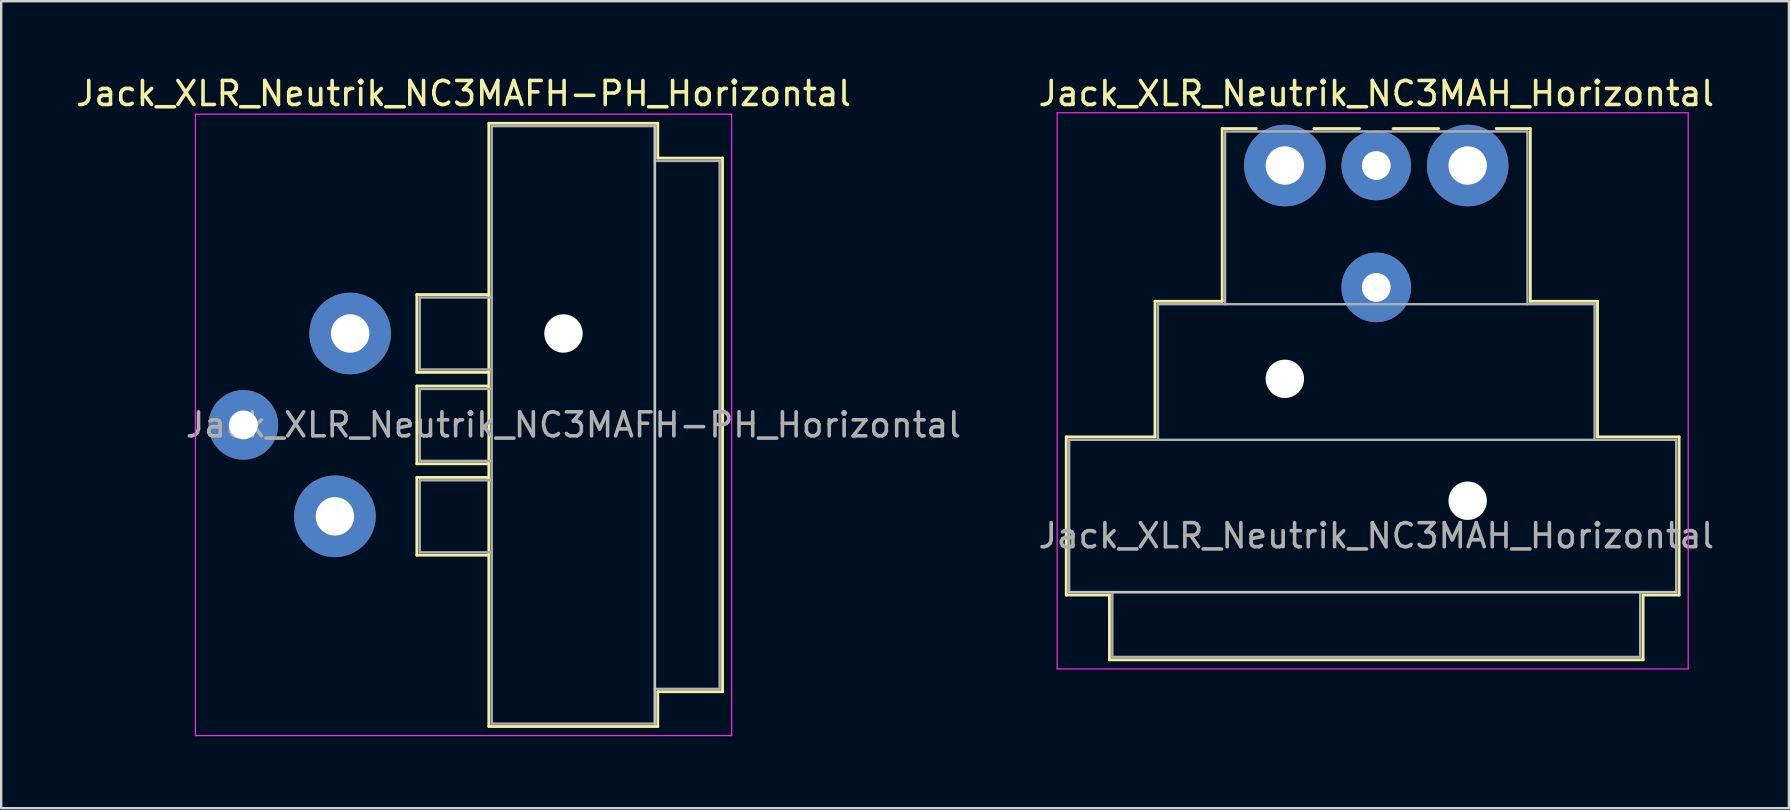
<source format=kicad_pcb>
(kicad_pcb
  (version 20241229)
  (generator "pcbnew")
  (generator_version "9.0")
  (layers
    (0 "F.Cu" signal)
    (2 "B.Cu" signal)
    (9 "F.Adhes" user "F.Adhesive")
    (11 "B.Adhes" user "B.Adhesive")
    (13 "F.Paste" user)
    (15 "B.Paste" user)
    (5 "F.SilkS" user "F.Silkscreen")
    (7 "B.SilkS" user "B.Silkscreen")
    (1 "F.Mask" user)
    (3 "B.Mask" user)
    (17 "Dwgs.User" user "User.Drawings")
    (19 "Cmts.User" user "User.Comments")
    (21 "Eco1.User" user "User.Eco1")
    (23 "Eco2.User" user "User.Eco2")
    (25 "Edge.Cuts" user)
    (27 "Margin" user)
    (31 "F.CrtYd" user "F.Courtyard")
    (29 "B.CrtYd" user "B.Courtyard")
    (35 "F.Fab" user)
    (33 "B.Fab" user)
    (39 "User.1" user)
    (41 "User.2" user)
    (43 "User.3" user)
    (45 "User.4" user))
  (footprint "Jack_XLR_Neutrik_NC3MAFH-PH_Horizontal"
    (layer "F.Cu")
    (at 11.543 10.848)
    (property "Reference" "Jack_XLR_Neutrik_NC3MAFH-PH_Horizontal" (at 4.725 -10 0) (layer "F.SilkS") (effects (font (size 1 1) (thickness 0.15))))
    (attr through_hole)
    (fp_line (start 2.78 -1.62) (end 2.78 1.62) (stroke (width 0.12) (type solid)) (layer "F.SilkS"))
    (fp_line (start 2.78 2.19) (end 2.78 5.43) (stroke (width 0.12) (type solid)) (layer "F.SilkS"))
    (fp_line (start 2.78 6) (end 2.78 9.24) (stroke (width 0.12) (type solid)) (layer "F.SilkS"))
    (fp_line (start 5.78 -1.62) (end 2.78 -1.62) (stroke (width 0.12) (type solid)) (layer "F.SilkS"))
    (fp_line (start 5.78 1.62) (end 2.78 1.62) (stroke (width 0.12) (type solid)) (layer "F.SilkS"))
    (fp_line (start 5.78 2.19) (end 2.78 2.19) (stroke (width 0.12) (type solid)) (layer "F.SilkS"))
    (fp_line (start 5.78 5.43) (end 2.78 5.43) (stroke (width 0.12) (type solid)) (layer "F.SilkS"))
    (fp_line (start 5.78 6) (end 2.78 6) (stroke (width 0.12) (type solid)) (layer "F.SilkS"))
    (fp_line (start 5.78 9.24) (end 2.78 9.24) (stroke (width 0.12) (type solid)) (layer "F.SilkS"))
    (fp_line (start 5.78 16.38) (end 5.78 -8.76) (stroke (width 0.12) (type solid)) (layer "F.SilkS"))
    (fp_line (start 12.82 -8.76) (end 5.78 -8.76) (stroke (width 0.12) (type solid)) (layer "F.SilkS"))
    (fp_line (start 12.82 -8.76) (end 12.82 -7.31) (stroke (width 0.12) (type solid)) (layer "F.SilkS"))
    (fp_line (start 12.82 -7.31) (end 15.52 -7.31) (stroke (width 0.12) (type solid)) (layer "F.SilkS"))
    (fp_line (start 12.82 14.93) (end 12.82 16.38) (stroke (width 0.12) (type solid)) (layer "F.SilkS"))
    (fp_line (start 12.82 14.93) (end 15.52 14.93) (stroke (width 0.12) (type solid)) (layer "F.SilkS"))
    (fp_line (start 12.82 16.38) (end 5.78 16.38) (stroke (width 0.12) (type solid)) (layer "F.SilkS"))
    (fp_line (start 15.52 -7.31) (end 15.52 14.93) (stroke (width 0.12) (type solid)) (layer "F.SilkS"))
    (fp_line (start 12.7 -8.64) (end 12.7 16.26) (stroke (width 0.1) (type solid)) (layer "Dwgs.User"))
    (fp_line (start -6.45 -9.14) (end -6.45 16.76) (stroke (width 0.05) (type solid)) (layer "F.CrtYd"))
    (fp_line (start 15.9 -9.14) (end -6.45 -9.14) (stroke (width 0.05) (type solid)) (layer "F.CrtYd"))
    (fp_line (start 15.9 -9.14) (end 15.9 16.76) (stroke (width 0.05) (type solid)) (layer "F.CrtYd"))
    (fp_line (start 15.9 16.76) (end -6.45 16.76) (stroke (width 0.05) (type solid)) (layer "F.CrtYd"))
    (fp_line (start 2.9 -1.5) (end 2.9 1.5) (stroke (width 0.1) (type solid)) (layer "F.Fab"))
    (fp_line (start 2.9 2.31) (end 2.9 5.31) (stroke (width 0.1) (type solid)) (layer "F.Fab"))
    (fp_line (start 2.9 6.12) (end 2.9 9.12) (stroke (width 0.1) (type solid)) (layer "F.Fab"))
    (fp_line (start 2.9 9.12) (end 5.9 9.12) (stroke (width 0.1) (type solid)) (layer "F.Fab"))
    (fp_line (start 5.9 -8.64) (end 12.7 -8.64) (stroke (width 0.1) (type solid)) (layer "F.Fab"))
    (fp_line (start 5.9 -1.5) (end 2.9 -1.5) (stroke (width 0.1) (type solid)) (layer "F.Fab"))
    (fp_line (start 5.9 1.5) (end 2.9 1.5) (stroke (width 0.1) (type solid)) (layer "F.Fab"))
    (fp_line (start 5.9 2.31) (end 2.9 2.31) (stroke (width 0.1) (type solid)) (layer "F.Fab"))
    (fp_line (start 5.9 5.31) (end 2.9 5.31) (stroke (width 0.1) (type solid)) (layer "F.Fab"))
    (fp_line (start 5.9 6.12) (end 2.9 6.12) (stroke (width 0.1) (type solid)) (layer "F.Fab"))
    (fp_line (start 5.9 16.26) (end 5.9 -8.64) (stroke (width 0.1) (type solid)) (layer "F.Fab"))
    (fp_line (start 12.7 -8.64) (end 12.7 16.26) (stroke (width 0.1) (type solid)) (layer "F.Fab"))
    (fp_line (start 12.7 -7.19) (end 15.4 -7.19) (stroke (width 0.1) (type solid)) (layer "F.Fab"))
    (fp_line (start 12.7 16.26) (end 5.9 16.26) (stroke (width 0.1) (type solid)) (layer "F.Fab"))
    (fp_line (start 15.4 -7.19) (end 15.4 14.81) (stroke (width 0.1) (type solid)) (layer "F.Fab"))
    (fp_line (start 15.4 14.81) (end 12.7 14.81) (stroke (width 0.1) (type solid)) (layer "F.Fab"))
    (fp_text user "${REFERENCE}" (at 9.3 3.81 0) (layer "F.Fab") (effects (font (size 1 1) (thickness 0.15))))
    (pad "" np_thru_hole circle (at 8.89 0) (size 1.6 1.6) (drill 1.6) (layers "*.Cu" "*.Mask"))
    (pad "1" thru_hole circle (at 0 0) (size 3.4 3.4) (drill 1.6) (layers "*.Cu" "*.Mask"))
    (pad "2" thru_hole circle (at -0.635 7.62) (size 3.4 3.4) (drill 1.6) (layers "*.Cu" "*.Mask"))
    (pad "3" thru_hole circle (at -4.45 3.81) (size 2.9 2.9) (drill 1.2) (layers "*.Cu" "*.Mask")))
  (footprint "Jack_XLR_Neutrik_NC3MAH_Horizontal"
    (layer "F.Cu")
    (at 50.497 3.848)
    (property "Reference" "Jack_XLR_Neutrik_NC3MAH_Horizontal" (at 3.81 -3 0) (layer "F.SilkS") (effects (font (size 1 1) (thickness 0.15))))
    (attr through_hole)
    (fp_line (start -9.11 11.31) (end -5.41 11.31) (stroke (width 0.12) (type solid)) (layer "F.SilkS"))
    (fp_line (start -9.11 17.9) (end -9.11 11.31) (stroke (width 0.12) (type solid)) (layer "F.SilkS"))
    (fp_line (start -7.31 17.9) (end -9.11 17.9) (stroke (width 0.12) (type solid)) (layer "F.SilkS"))
    (fp_line (start -7.31 17.9) (end -7.31 20.6) (stroke (width 0.12) (type solid)) (layer "F.SilkS"))
    (fp_line (start -5.41 11.31) (end -5.41 5.66) (stroke (width 0.12) (type solid)) (layer "F.SilkS"))
    (fp_line (start -2.61 5.66) (end -5.41 5.66) (stroke (width 0.12) (type solid)) (layer "F.SilkS"))
    (fp_line (start -2.61 5.66) (end -2.61 -1.54) (stroke (width 0.12) (type solid)) (layer "F.SilkS"))
    (fp_line (start -1.19 -1.54) (end -2.61 -1.54) (stroke (width 0.12) (type solid)) (layer "F.SilkS"))
    (fp_line (start 3.11 -1.54) (end 1.21 -1.54) (stroke (width 0.12) (type solid)) (layer "F.SilkS"))
    (fp_line (start 4.51 -1.54) (end 6.41 -1.54) (stroke (width 0.12) (type solid)) (layer "F.SilkS"))
    (fp_line (start 10.23 -1.54) (end 8.81 -1.54) (stroke (width 0.12) (type solid)) (layer "F.SilkS"))
    (fp_line (start 10.23 5.66) (end 10.23 -1.54) (stroke (width 0.12) (type solid)) (layer "F.SilkS"))
    (fp_line (start 10.23 5.66) (end 13.03 5.66) (stroke (width 0.12) (type solid)) (layer "F.SilkS"))
    (fp_line (start 13.03 11.31) (end 13.03 5.66) (stroke (width 0.12) (type solid)) (layer "F.SilkS"))
    (fp_line (start 13.03 11.31) (end 16.43 11.31) (stroke (width 0.12) (type solid)) (layer "F.SilkS"))
    (fp_line (start 14.93 17.9) (end 14.93 20.6) (stroke (width 0.12) (type solid)) (layer "F.SilkS"))
    (fp_line (start 14.93 20.6) (end -7.31 20.6) (stroke (width 0.12) (type solid)) (layer "F.SilkS"))
    (fp_line (start 16.43 17.9) (end 14.93 17.9) (stroke (width 0.12) (type solid)) (layer "F.SilkS"))
    (fp_line (start 16.43 17.9) (end 16.43 11.31) (stroke (width 0.12) (type solid)) (layer "F.SilkS"))
    (fp_line (start 16.31 17.78) (end -8.99 17.78) (stroke (width 0.1) (type solid)) (layer "Dwgs.User"))
    (fp_line (start -9.49 20.98) (end -9.49 -2.2) (stroke (width 0.05) (type solid)) (layer "F.CrtYd"))
    (fp_line (start 16.81 -2.2) (end -9.49 -2.2) (stroke (width 0.05) (type solid)) (layer "F.CrtYd"))
    (fp_line (start 16.81 20.98) (end -9.49 20.98) (stroke (width 0.05) (type solid)) (layer "F.CrtYd"))
    (fp_line (start 16.81 20.98) (end 16.81 -2.2) (stroke (width 0.05) (type solid)) (layer "F.CrtYd"))
    (fp_line (start -8.99 11.43) (end 16.31 11.43) (stroke (width 0.1) (type solid)) (layer "F.Fab"))
    (fp_line (start -8.99 17.78) (end -8.99 11.43) (stroke (width 0.1) (type solid)) (layer "F.Fab"))
    (fp_line (start -7.19 20.48) (end -7.19 17.78) (stroke (width 0.1) (type solid)) (layer "F.Fab"))
    (fp_line (start -5.29 5.78) (end -5.29 11.43) (stroke (width 0.1) (type solid)) (layer "F.Fab"))
    (fp_line (start -5.29 5.78) (end 12.91 5.78) (stroke (width 0.1) (type solid)) (layer "F.Fab"))
    (fp_line (start -2.49 5.78) (end -2.49 -1.42) (stroke (width 0.1) (type solid)) (layer "F.Fab"))
    (fp_line (start 10.11 -1.42) (end -2.49 -1.42) (stroke (width 0.1) (type solid)) (layer "F.Fab"))
    (fp_line (start 10.11 5.78) (end 10.11 -1.42) (stroke (width 0.1) (type solid)) (layer "F.Fab"))
    (fp_line (start 12.91 11.43) (end 12.91 5.78) (stroke (width 0.1) (type solid)) (layer "F.Fab"))
    (fp_line (start 14.81 17.78) (end 14.81 20.48) (stroke (width 0.1) (type solid)) (layer "F.Fab"))
    (fp_line (start 14.81 20.48) (end -7.19 20.48) (stroke (width 0.1) (type solid)) (layer "F.Fab"))
    (fp_line (start 16.31 11.43) (end 16.31 17.78) (stroke (width 0.1) (type solid)) (layer "F.Fab"))
    (fp_line (start 16.31 17.78) (end -8.99 17.78) (stroke (width 0.1) (type solid)) (layer "F.Fab"))
    (fp_text user "${REFERENCE}" (at 3.81 15.43 0) (layer "F.Fab") (effects (font (size 1 1) (thickness 0.15))))
    (pad "" np_thru_hole circle (at 0 8.89) (size 1.6 1.6) (drill 1.6) (layers "*.Cu" "*.Mask"))
    (pad "" np_thru_hole circle (at 7.62 13.97) (size 1.6 1.6) (drill 1.6) (layers "*.Cu" "*.Mask"))
    (pad "1" thru_hole circle (at 0 0) (size 3.4 3.4) (drill 1.6) (layers "*.Cu" "*.Mask"))
    (pad "2" thru_hole circle (at 7.62 0) (size 3.4 3.4) (drill 1.6) (layers "*.Cu" "*.Mask"))
    (pad "3" thru_hole circle (at 3.81 0) (size 2.9 2.9) (drill 1.2) (layers "*.Cu" "*.Mask"))
    (pad "G" thru_hole circle (at 3.81 5.08) (size 2.9 2.9) (drill 1.2) (layers "*.Cu" "*.Mask")))
  (gr_rect
    (start -3 -3)
    (end 71.504 30.633)
    (stroke (width 0.1) (type default))
    (fill no)
    (layer "Edge.Cuts")))
</source>
